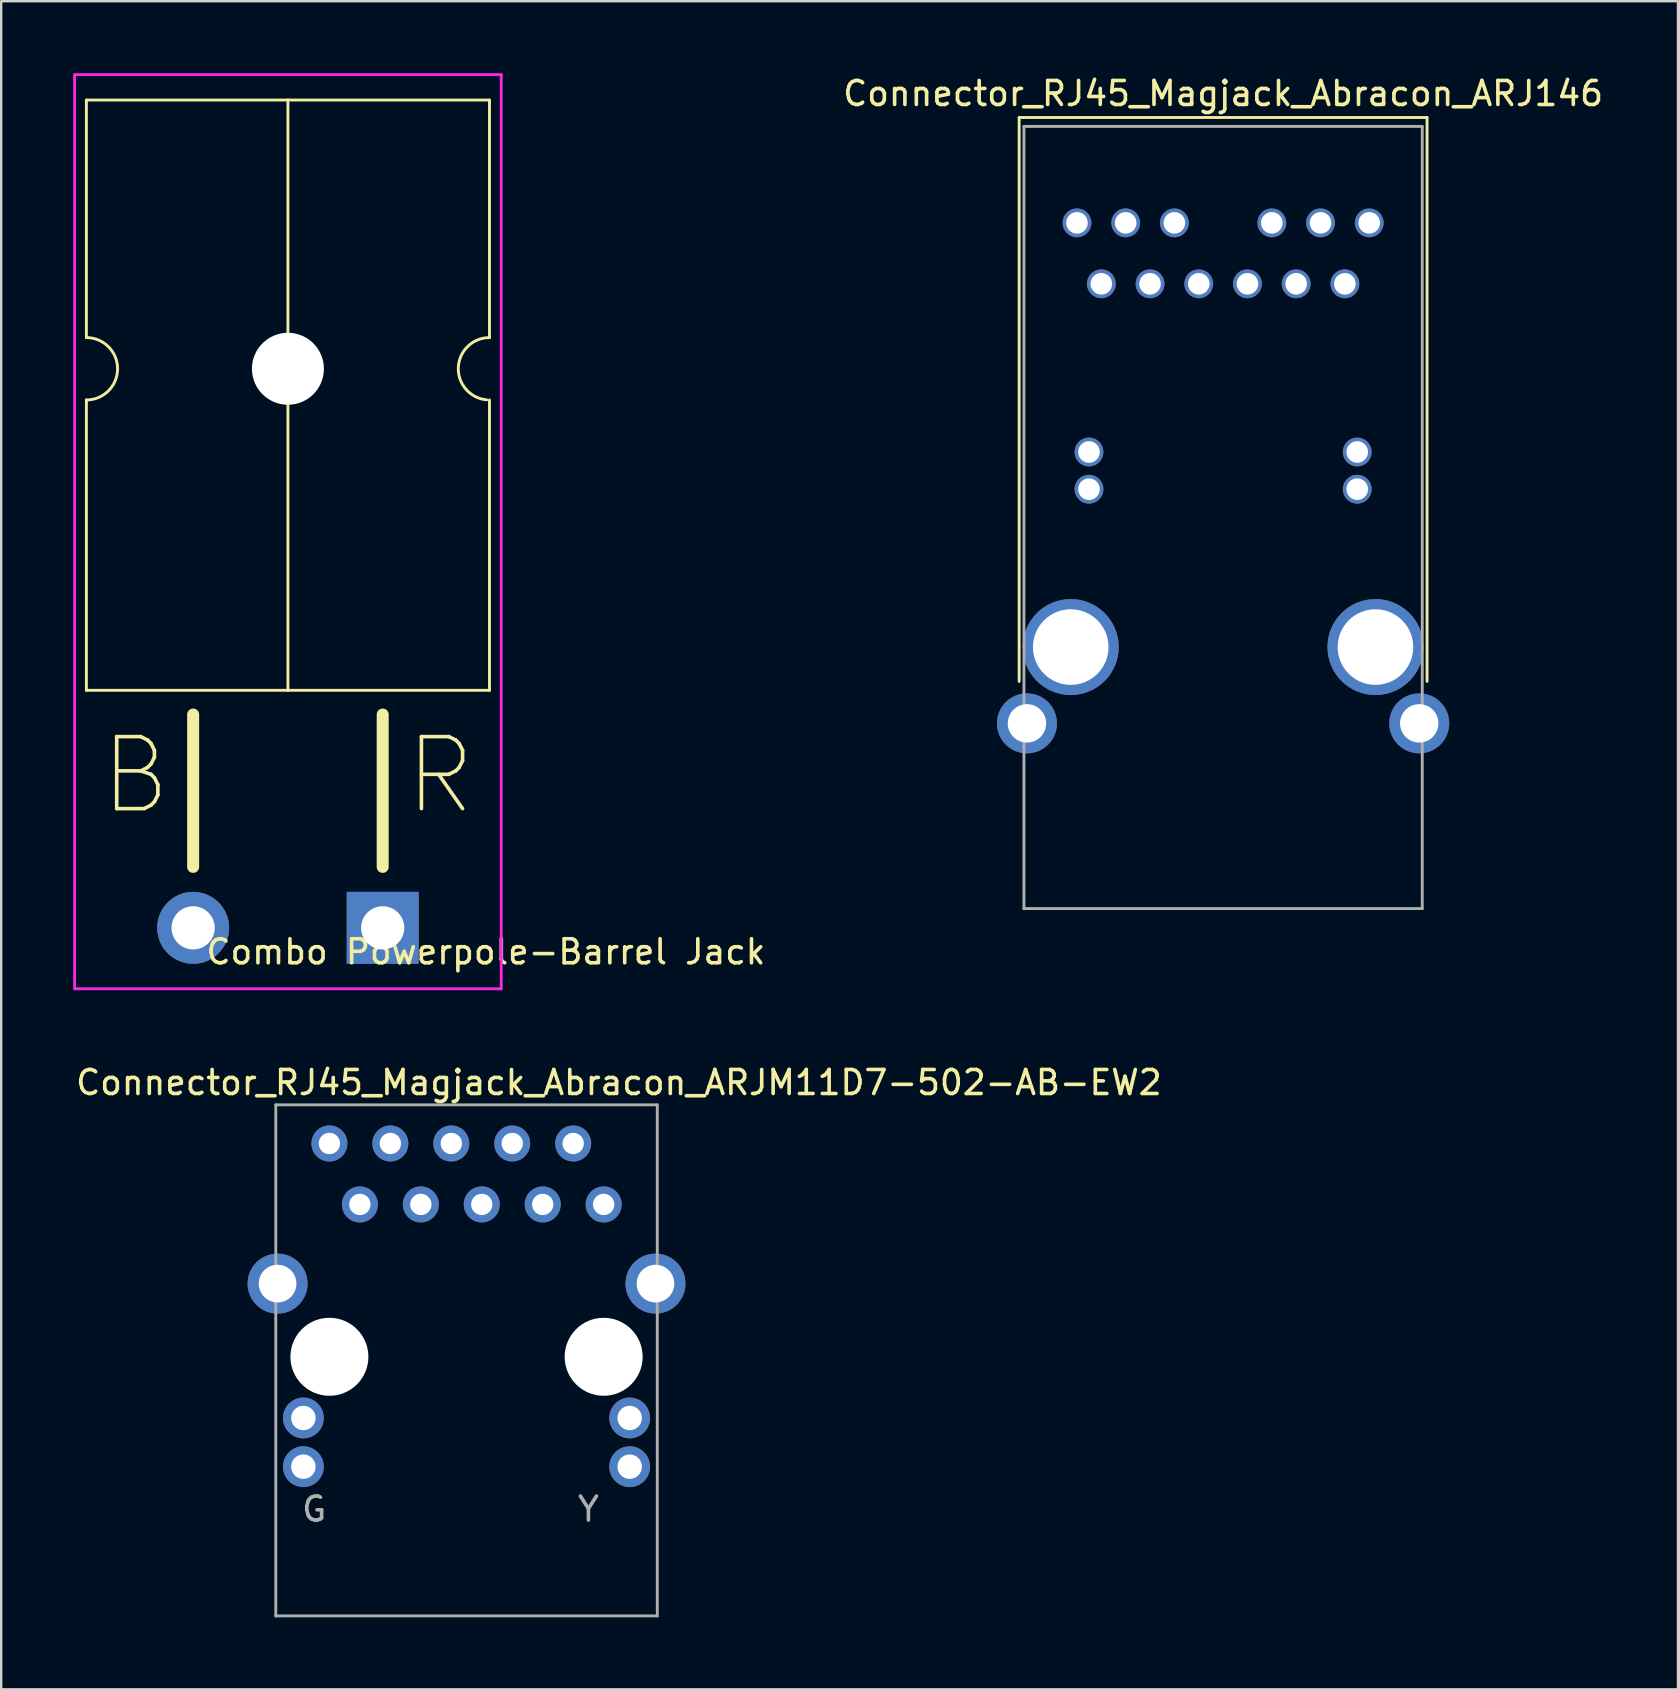
<source format=kicad_pcb>
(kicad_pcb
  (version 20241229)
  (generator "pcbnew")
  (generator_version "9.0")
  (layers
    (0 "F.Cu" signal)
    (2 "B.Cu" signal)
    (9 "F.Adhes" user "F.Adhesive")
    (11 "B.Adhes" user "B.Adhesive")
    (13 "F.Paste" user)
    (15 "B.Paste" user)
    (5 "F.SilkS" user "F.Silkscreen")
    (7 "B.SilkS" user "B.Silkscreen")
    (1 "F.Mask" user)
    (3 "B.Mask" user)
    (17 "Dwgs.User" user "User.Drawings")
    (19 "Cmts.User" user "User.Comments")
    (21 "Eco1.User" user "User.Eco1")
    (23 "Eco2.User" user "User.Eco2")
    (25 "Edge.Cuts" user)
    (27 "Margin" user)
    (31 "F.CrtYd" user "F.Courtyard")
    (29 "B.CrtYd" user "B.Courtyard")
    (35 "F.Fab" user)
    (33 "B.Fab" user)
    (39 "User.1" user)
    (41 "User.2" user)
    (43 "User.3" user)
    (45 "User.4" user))
  (footprint "Connector_RJ45_Magjack_Abracon_ARJ146"
    (layer "F.Cu")
    (at 47.926 27.098)
    (property "Reference" "Connector_RJ45_Magjack_Abracon_ARJ146" (at 0 -26.25 0) (layer "F.SilkS") (effects (font (size 1 1) (thickness 0.15))))
    (attr through_hole)
    (fp_line (start -8.5 -25.25) (end 8.5 -25.25) (stroke (width 0.12) (type solid)) (layer "F.SilkS"))
    (fp_line (start -8.5 -1.75) (end -8.5 -25.25) (stroke (width 0.12) (type solid)) (layer "F.SilkS"))
    (fp_line (start 8.5 -25.25) (end 8.5 -1.75) (stroke (width 0.12) (type solid)) (layer "F.SilkS"))
    (fp_line (start -8.3 -24.88) (end -8.3 7.72) (stroke (width 0.12) (type solid)) (layer "F.Fab"))
    (fp_line (start -8.3 -24.88) (end 8.3 -24.88) (stroke (width 0.12) (type solid)) (layer "F.Fab"))
    (fp_line (start -8.3 7.72) (end 8.3 7.72) (stroke (width 0.12) (type solid)) (layer "F.Fab"))
    (fp_line (start 8.3 7.72) (end 8.3 -24.88) (stroke (width 0.12) (type solid)) (layer "F.Fab"))
    (pad "1" thru_hole circle (at 5.075 -18.32 90) (size 1.2 1.2) (drill 0.9) (layers "*.Cu" "*.Mask"))
    (pad "2" thru_hole circle (at 3.045 -18.32 90) (size 1.2 1.2) (drill 0.9) (layers "*.Cu" "*.Mask"))
    (pad "3" thru_hole circle (at 1.015 -18.32 90) (size 1.2 1.2) (drill 0.9) (layers "*.Cu" "*.Mask"))
    (pad "4" thru_hole circle (at -1.015 -18.32 90) (size 1.2 1.2) (drill 0.9) (layers "*.Cu" "*.Mask"))
    (pad "5" thru_hole circle (at -3.045 -18.32 90) (size 1.2 1.2) (drill 0.9) (layers "*.Cu" "*.Mask"))
    (pad "6" thru_hole circle (at -5.075 -18.32 90) (size 1.2 1.2) (drill 0.9) (layers "*.Cu" "*.Mask"))
    (pad "7" thru_hole circle (at 6.09 -20.86 90) (size 1.2 1.2) (drill 0.9) (layers "*.Cu" "*.Mask"))
    (pad "8" thru_hole circle (at 4.06 -20.86 90) (size 1.2 1.2) (drill 0.9) (layers "*.Cu" "*.Mask"))
    (pad "9" thru_hole circle (at 2.03 -20.86 90) (size 1.2 1.2) (drill 0.9) (layers "*.Cu" "*.Mask"))
    (pad "10" thru_hole circle (at -2.03 -20.86 90) (size 1.2 1.2) (drill 0.9) (layers "*.Cu" "*.Mask"))
    (pad "11" thru_hole circle (at -4.06 -20.86 90) (size 1.2 1.2) (drill 0.9) (layers "*.Cu" "*.Mask"))
    (pad "12" thru_hole circle (at -6.09 -20.86 90) (size 1.2 1.2) (drill 0.9) (layers "*.Cu" "*.Mask"))
    (pad "13" thru_hole circle (at 5.59 -11.31 90) (size 1.2 1.2) (drill 0.9) (layers "*.Cu" "*.Mask"))
    (pad "14" thru_hole circle (at -5.59 -11.31 90) (size 1.2 1.2) (drill 0.9) (layers "*.Cu" "*.Mask"))
    (pad "15" thru_hole circle (at 5.59 -9.76 90) (size 1.2 1.2) (drill 0.9) (layers "*.Cu" "*.Mask"))
    (pad "16" thru_hole circle (at -5.59 -9.76 90) (size 1.2 1.2) (drill 0.9) (layers "*.Cu" "*.Mask"))
    (pad "17" thru_hole circle (at -8.175 0 270) (size 2.5 2.5) (drill 1.6) (layers "*.Cu" "*.Mask"))
    (pad "17" thru_hole circle (at -6.35 -3.18 270) (size 4 4) (drill 3.15) (layers "*.Cu" "*.Mask"))
    (pad "17" thru_hole circle (at 6.35 -3.18 90) (size 4 4) (drill 3.15) (layers "*.Cu" "*.Mask"))
    (pad "17" thru_hole circle (at 8.175 0 90) (size 2.5 2.5) (drill 1.6) (layers "*.Cu" "*.Mask")))
  (footprint "Combo Powerpole-Barrel Jack"
    (layer "F.Cu")
    (at 8.95 35.62)
    (property "Reference" "Combo Powerpole-Barrel Jack" (at 8.25 1 0) (layer "F.SilkS") (effects (font (size 1 1) (thickness 0.15))))
    (attr through_hole)
    (fp_line (start -8.4 -34.5) (end 0 -34.5) (stroke (width 0.12) (type solid)) (layer "F.SilkS"))
    (fp_line (start -8.4 -24.6) (end -8.4 -34.5) (stroke (width 0.12) (type solid)) (layer "F.SilkS"))
    (fp_line (start -8.4 -22) (end -8.4 -9.9) (stroke (width 0.12) (type solid)) (layer "F.SilkS"))
    (fp_line (start -8.4 -9.9) (end 0 -9.9) (stroke (width 0.12) (type solid)) (layer "F.SilkS"))
    (fp_line (start -3.95 -2.54) (end -3.95 -8.89) (stroke (width 0.5) (type solid)) (layer "F.SilkS"))
    (fp_line (start 0 -34.5) (end 8.4 -34.5) (stroke (width 0.12) (type solid)) (layer "F.SilkS"))
    (fp_line (start 0 -24.6) (end 0 -34.5) (stroke (width 0.12) (type solid)) (layer "F.SilkS"))
    (fp_line (start 0 -22) (end 0 -9.9) (stroke (width 0.12) (type solid)) (layer "F.SilkS"))
    (fp_line (start 0 -9.9) (end 8.4 -9.9) (stroke (width 0.12) (type solid)) (layer "F.SilkS"))
    (fp_line (start 3.95 -2.54) (end 3.95 -8.89) (stroke (width 0.5) (type solid)) (layer "F.SilkS"))
    (fp_line (start 8.4 -34.5) (end 8.4 -24.6) (stroke (width 0.12) (type solid)) (layer "F.SilkS"))
    (fp_line (start 8.4 -9.9) (end 8.4 -22) (stroke (width 0.12) (type solid)) (layer "F.SilkS"))
    (fp_arc (start -8.4 -24.6) (mid -7.1 -23.3) (end -8.4 -22) (stroke (width 0.12) (type solid)) (layer "F.SilkS"))
    (fp_arc (start 8.282178 -22.00535) (mid 7.101338 -23.358972) (end 8.4 -24.6) (stroke (width 0.12) (type solid)) (layer "F.SilkS"))
    (fp_line (start -8.89 -35.56) (end 8.89 -35.56) (stroke (width 0.12) (type solid)) (layer "F.CrtYd"))
    (fp_line (start -8.89 2.54) (end -8.89 -35.56) (stroke (width 0.12) (type solid)) (layer "F.CrtYd"))
    (fp_line (start 8.89 -35.56) (end 8.89 2.54) (stroke (width 0.12) (type solid)) (layer "F.CrtYd"))
    (fp_line (start 8.89 2.54) (end -8.89 2.54) (stroke (width 0.12) (type solid)) (layer "F.CrtYd"))
    (fp_arc (start -0.117822 -22.00535) (mid -1.298662 -23.358972) (end 0 -24.6) (stroke (width 0.12) (type solid)) (layer "F.Fab"))
    (fp_arc (start 0 -24.6) (mid 1.3 -23.3) (end 0 -22) (stroke (width 0.12) (type solid)) (layer "F.Fab"))
    (fp_text user "R" (at 6.35 -6.35 0) (layer "F.SilkS") (effects (font (size 3 3) (thickness 0.15))))
    (fp_text user "B" (at -6.35 -6.35 0) (layer "F.SilkS") (effects (font (size 3 3) (thickness 0.15))))
    (pad "" np_thru_hole circle (at 0 -23.3) (size 3 3) (drill 3) (layers "*.Cu" "*.Mask"))
    (pad "1" thru_hole rect (at 3.95 0) (size 3 3) (drill 1.8) (layers "*.Cu" "*.Mask"))
    (pad "2" thru_hole circle (at -3.95 0) (size 3 3) (drill 1.8) (layers "*.Cu" "*.Mask")))
  (footprint "Connector_RJ45_Magjack_Abracon_ARJM11D7-502-AB-EW2"
    (layer "F.Cu")
    (at 16.394 53.498)
    (property "Reference" "Connector_RJ45_Magjack_Abracon_ARJM11D7-502-AB-EW2" (at 6.35 -11.43 0) (layer "F.SilkS") (effects (font (size 1 1) (thickness 0.15))))
    (attr through_hole)
    (fp_line (start -7.95 -10.5) (end 7.95 -10.5) (stroke (width 0.12) (type solid)) (layer "F.Fab"))
    (fp_line (start -7.95 10.8) (end -7.95 -10.5) (stroke (width 0.12) (type solid)) (layer "F.Fab"))
    (fp_line (start 7.95 -10.5) (end 7.95 10.8) (stroke (width 0.12) (type solid)) (layer "F.Fab"))
    (fp_line (start 7.95 10.8) (end -7.95 10.8) (stroke (width 0.12) (type solid)) (layer "F.Fab"))
    (fp_text user "Y" (at 5.08 6.35 0) (layer "F.Fab") (effects (font (size 1 1) (thickness 0.15))))
    (fp_text user "G" (at -6.35 6.35 0) (layer "F.Fab") (effects (font (size 1 1) (thickness 0.15))))
    (pad "" np_thru_hole circle (at -5.715 0) (size 3.25 3.25) (drill 3.25) (layers "*.Cu" "*.Mask"))
    (pad "" np_thru_hole circle (at 5.715 0) (size 3.25 3.25) (drill 3.25) (layers "*.Cu" "*.Mask"))
    (pad "1" thru_hole circle (at 5.715 -6.35) (size 1.5 1.5) (drill 0.89) (layers "*.Cu" "*.Mask"))
    (pad "2" thru_hole circle (at 3.175 -6.35) (size 1.5 1.5) (drill 0.89) (layers "*.Cu" "*.Mask"))
    (pad "3" thru_hole circle (at 0.635 -6.35) (size 1.5 1.5) (drill 0.89) (layers "*.Cu" "*.Mask"))
    (pad "4" thru_hole circle (at -1.905 -6.35) (size 1.5 1.5) (drill 0.89) (layers "*.Cu" "*.Mask"))
    (pad "5" thru_hole circle (at -4.445 -6.35) (size 1.5 1.5) (drill 0.89) (layers "*.Cu" "*.Mask"))
    (pad "6" thru_hole circle (at 4.445 -8.89) (size 1.5 1.5) (drill 0.89) (layers "*.Cu" "*.Mask"))
    (pad "7" thru_hole circle (at 1.905 -8.89) (size 1.5 1.5) (drill 0.89) (layers "*.Cu" "*.Mask"))
    (pad "8" thru_hole circle (at -0.635 -8.89) (size 1.5 1.5) (drill 0.89) (layers "*.Cu" "*.Mask"))
    (pad "9" thru_hole circle (at -3.175 -8.89) (size 1.5 1.5) (drill 0.89) (layers "*.Cu" "*.Mask"))
    (pad "10" thru_hole circle (at -5.715 -8.89) (size 1.5 1.5) (drill 0.89) (layers "*.Cu" "*.Mask"))
    (pad "11" thru_hole circle (at -7.875 -3.05) (size 2.5 2.5) (drill 1.57) (layers "*.Cu" "*.Mask"))
    (pad "11" thru_hole circle (at 7.875 -3.05) (size 2.5 2.5) (drill 1.57) (layers "*.Cu" "*.Mask"))
    (pad "L1" thru_hole circle (at -6.8 2.55) (size 1.7 1.7) (drill 1.02) (layers "*.Cu" "*.Mask"))
    (pad "L2" thru_hole circle (at -6.8 4.58) (size 1.7 1.7) (drill 1.02) (layers "*.Cu" "*.Mask"))
    (pad "L3" thru_hole circle (at 6.8 2.55) (size 1.7 1.7) (drill 1.02) (layers "*.Cu" "*.Mask"))
    (pad "L4" thru_hole circle (at 6.8 4.58) (size 1.7 1.7) (drill 1.02) (layers "*.Cu" "*.Mask")))
  (gr_rect
    (start -3 -3)
    (end 66.885 67.358)
    (stroke (width 0.1) (type default))
    (fill no)
    (layer "Edge.Cuts")))
</source>
